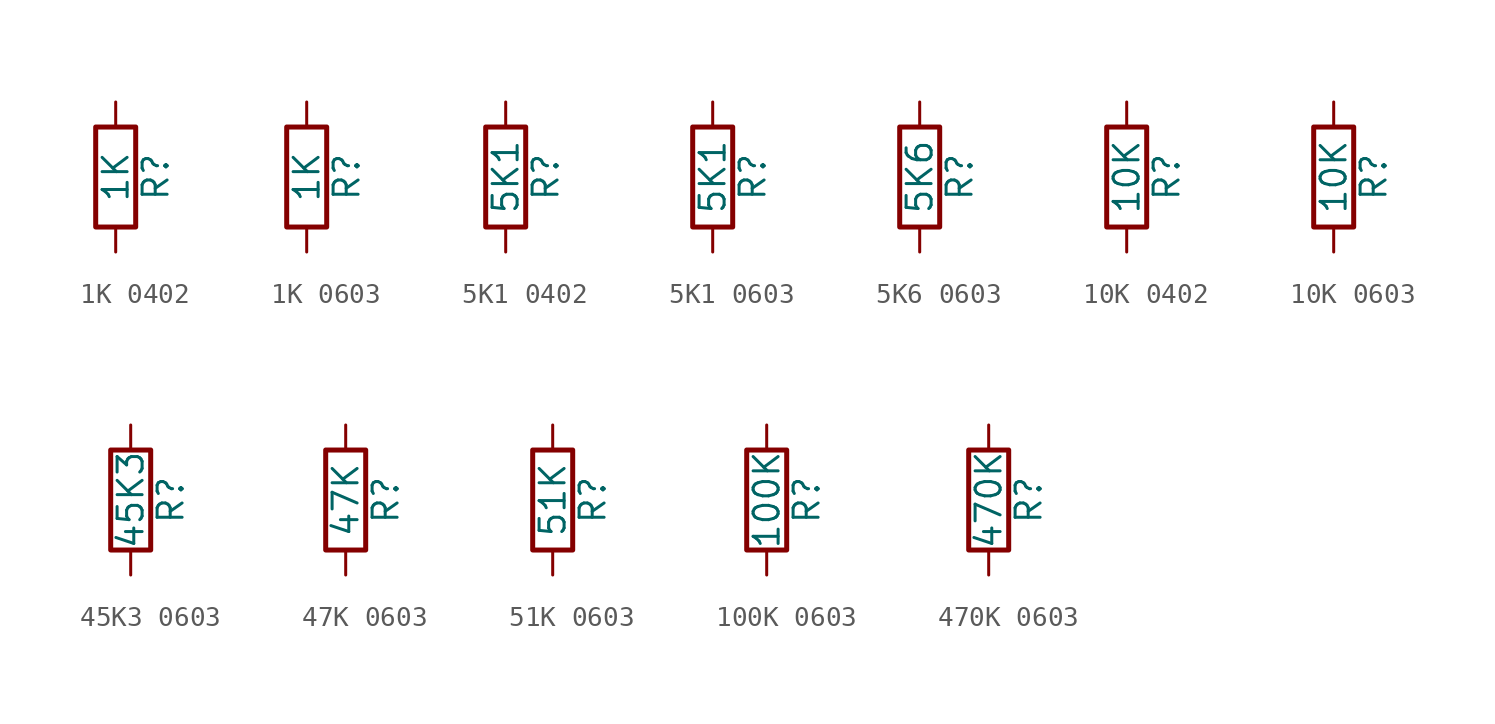
<source format=kicad_sym>
(kicad_symbol_lib
  (version 20231120)
  (generator "kicad_symbol_editor")
  (generator_version "8.0")
  (symbol "1K 0402"
    (pin_numbers hide)
    (pin_names
      (offset 0))
    (property "Reference" "R"
      (at 2.032 0 90)
      (effects (font (size 1.27 1.27))))
    (property "Value" "1K"
      (at 0 0 90)
      (effects (font (size 1.27 1.27))))
    (symbol "1K 0402_0_1"
      (rectangle (start -1.016 -2.54) (end 1.016 2.54) (stroke (width 0.254) (type default)) (fill (type none))))
    (symbol "1K 0402_1_1"
      (pin passive line (at 0 3.81 270) (length 1.27) (name "~" (effects (font (size 1.27 1.27)))) (number "1" (effects (font (size 1.27 1.27)))))
      (pin passive line (at 0 -3.81 90) (length 1.27) (name "~" (effects (font (size 1.27 1.27)))) (number "2" (effects (font (size 1.27 1.27)))))))
  (symbol "1K 0603"
    (pin_numbers hide)
    (pin_names
      (offset 0))
    (property "Reference" "R"
      (at 2.032 0 90)
      (effects (font (size 1.27 1.27))))
    (property "Value" "1K"
      (at 0 0 90)
      (effects (font (size 1.27 1.27))))
    (symbol "1K 0603_0_1"
      (rectangle (start -1.016 -2.54) (end 1.016 2.54) (stroke (width 0.254) (type default)) (fill (type none))))
    (symbol "1K 0603_1_1"
      (pin passive line (at 0 3.81 270) (length 1.27) (name "~" (effects (font (size 1.27 1.27)))) (number "1" (effects (font (size 1.27 1.27)))))
      (pin passive line (at 0 -3.81 90) (length 1.27) (name "~" (effects (font (size 1.27 1.27)))) (number "2" (effects (font (size 1.27 1.27)))))))
  (symbol "5K1 0402"
    (pin_numbers hide)
    (pin_names
      (offset 0))
    (property "Reference" "R"
      (at 2.032 0 90)
      (effects (font (size 1.27 1.27))))
    (property "Value" "5K1"
      (at 0 0 90)
      (effects (font (size 1.27 1.27))))
    (symbol "5K1 0402_0_1"
      (rectangle (start -1.016 -2.54) (end 1.016 2.54) (stroke (width 0.254) (type default)) (fill (type none))))
    (symbol "5K1 0402_1_1"
      (pin passive line (at 0 3.81 270) (length 1.27) (name "~" (effects (font (size 1.27 1.27)))) (number "1" (effects (font (size 1.27 1.27)))))
      (pin passive line (at 0 -3.81 90) (length 1.27) (name "~" (effects (font (size 1.27 1.27)))) (number "2" (effects (font (size 1.27 1.27)))))))
  (symbol "5K1 0603"
    (pin_numbers hide)
    (pin_names
      (offset 0))
    (property "Reference" "R"
      (at 2.032 0 90)
      (effects (font (size 1.27 1.27))))
    (property "Value" "5K1"
      (at 0 0 90)
      (effects (font (size 1.27 1.27))))
    (symbol "5K1 0603_0_1"
      (rectangle (start -1.016 -2.54) (end 1.016 2.54) (stroke (width 0.254) (type default)) (fill (type none))))
    (symbol "5K1 0603_1_1"
      (pin passive line (at 0 3.81 270) (length 1.27) (name "~" (effects (font (size 1.27 1.27)))) (number "1" (effects (font (size 1.27 1.27)))))
      (pin passive line (at 0 -3.81 90) (length 1.27) (name "~" (effects (font (size 1.27 1.27)))) (number "2" (effects (font (size 1.27 1.27)))))))
  (symbol "5K6 0603"
    (pin_numbers hide)
    (pin_names
      (offset 0))
    (property "Reference" "R"
      (at 2.032 0 90)
      (effects (font (size 1.27 1.27))))
    (property "Value" "5K6"
      (at 0 0 90)
      (effects (font (size 1.27 1.27))))
    (symbol "5K6 0603_0_1"
      (rectangle (start -1.016 -2.54) (end 1.016 2.54) (stroke (width 0.254) (type default)) (fill (type none))))
    (symbol "5K6 0603_1_1"
      (pin passive line (at 0 3.81 270) (length 1.27) (name "~" (effects (font (size 1.27 1.27)))) (number "1" (effects (font (size 1.27 1.27)))))
      (pin passive line (at 0 -3.81 90) (length 1.27) (name "~" (effects (font (size 1.27 1.27)))) (number "2" (effects (font (size 1.27 1.27)))))))
  (symbol "10K 0402"
    (pin_numbers hide)
    (pin_names
      (offset 0))
    (property "Reference" "R"
      (at 2.032 0 90)
      (effects (font (size 1.27 1.27))))
    (property "Value" "10K"
      (at 0 0 90)
      (effects (font (size 1.27 1.27))))
    (symbol "10K 0402_0_1"
      (rectangle (start -1.016 -2.54) (end 1.016 2.54) (stroke (width 0.254) (type default)) (fill (type none))))
    (symbol "10K 0402_1_1"
      (pin passive line (at 0 3.81 270) (length 1.27) (name "~" (effects (font (size 1.27 1.27)))) (number "1" (effects (font (size 1.27 1.27)))))
      (pin passive line (at 0 -3.81 90) (length 1.27) (name "~" (effects (font (size 1.27 1.27)))) (number "2" (effects (font (size 1.27 1.27)))))))
  (symbol "10K 0603"
    (pin_numbers hide)
    (pin_names
      (offset 0))
    (property "Reference" "R"
      (at 2.032 0 90)
      (effects (font (size 1.27 1.27))))
    (property "Value" "10K"
      (at 0 0 90)
      (effects (font (size 1.27 1.27))))
    (symbol "10K 0603_0_1"
      (rectangle (start -1.016 -2.54) (end 1.016 2.54) (stroke (width 0.254) (type default)) (fill (type none))))
    (symbol "10K 0603_1_1"
      (pin passive line (at 0 3.81 270) (length 1.27) (name "~" (effects (font (size 1.27 1.27)))) (number "1" (effects (font (size 1.27 1.27)))))
      (pin passive line (at 0 -3.81 90) (length 1.27) (name "~" (effects (font (size 1.27 1.27)))) (number "2" (effects (font (size 1.27 1.27)))))))
  (symbol "45K3 0603"
    (pin_numbers hide)
    (pin_names
      (offset 0))
    (property "Reference" "R"
      (at 2.032 0 90)
      (effects (font (size 1.27 1.27))))
    (property "Value" "45K3"
      (at 0 0 90)
      (effects (font (size 1.27 1.27))))
    (symbol "45K3 0603_0_1"
      (rectangle (start -1.016 -2.54) (end 1.016 2.54) (stroke (width 0.254) (type default)) (fill (type none))))
    (symbol "45K3 0603_1_1"
      (pin passive line (at 0 3.81 270) (length 1.27) (name "~" (effects (font (size 1.27 1.27)))) (number "1" (effects (font (size 1.27 1.27)))))
      (pin passive line (at 0 -3.81 90) (length 1.27) (name "~" (effects (font (size 1.27 1.27)))) (number "2" (effects (font (size 1.27 1.27)))))))
  (symbol "47K 0603"
    (pin_numbers hide)
    (pin_names
      (offset 0))
    (property "Reference" "R"
      (at 2.032 0 90)
      (effects (font (size 1.27 1.27))))
    (property "Value" "47K"
      (at 0 0 90)
      (effects (font (size 1.27 1.27))))
    (symbol "47K 0603_0_1"
      (rectangle (start -1.016 -2.54) (end 1.016 2.54) (stroke (width 0.254) (type default)) (fill (type none))))
    (symbol "47K 0603_1_1"
      (pin passive line (at 0 3.81 270) (length 1.27) (name "~" (effects (font (size 1.27 1.27)))) (number "1" (effects (font (size 1.27 1.27)))))
      (pin passive line (at 0 -3.81 90) (length 1.27) (name "~" (effects (font (size 1.27 1.27)))) (number "2" (effects (font (size 1.27 1.27)))))))
  (symbol "51K 0603"
    (pin_numbers hide)
    (pin_names
      (offset 0))
    (property "Reference" "R"
      (at 2.032 0 90)
      (effects (font (size 1.27 1.27))))
    (property "Value" "51K"
      (at 0 0 90)
      (effects (font (size 1.27 1.27))))
    (symbol "51K 0603_0_1"
      (rectangle (start -1.016 -2.54) (end 1.016 2.54) (stroke (width 0.254) (type default)) (fill (type none))))
    (symbol "51K 0603_1_1"
      (pin passive line (at 0 3.81 270) (length 1.27) (name "~" (effects (font (size 1.27 1.27)))) (number "1" (effects (font (size 1.27 1.27)))))
      (pin passive line (at 0 -3.81 90) (length 1.27) (name "~" (effects (font (size 1.27 1.27)))) (number "2" (effects (font (size 1.27 1.27)))))))
  (symbol "100K 0603"
    (pin_numbers hide)
    (pin_names
      (offset 0))
    (property "Reference" "R"
      (at 2.032 0 90)
      (effects (font (size 1.27 1.27))))
    (property "Value" "100K"
      (at 0 0 90)
      (effects (font (size 1.27 1.27))))
    (symbol "100K 0603_0_1"
      (rectangle (start -1.016 -2.54) (end 1.016 2.54) (stroke (width 0.254) (type default)) (fill (type none))))
    (symbol "100K 0603_1_1"
      (pin passive line (at 0 3.81 270) (length 1.27) (name "~" (effects (font (size 1.27 1.27)))) (number "1" (effects (font (size 1.27 1.27)))))
      (pin passive line (at 0 -3.81 90) (length 1.27) (name "~" (effects (font (size 1.27 1.27)))) (number "2" (effects (font (size 1.27 1.27)))))))
  (symbol "470K 0603"
    (pin_numbers hide)
    (pin_names
      (offset 0))
    (property "Reference" "R"
      (at 2.032 0 90)
      (effects (font (size 1.27 1.27))))
    (property "Value" "470K"
      (at 0 0 90)
      (effects (font (size 1.27 1.27))))
    (symbol "470K 0603_0_1"
      (rectangle (start -1.016 -2.54) (end 1.016 2.54) (stroke (width 0.254) (type default)) (fill (type none))))
    (symbol "470K 0603_1_1"
      (pin passive line (at 0 3.81 270) (length 1.27) (name "~" (effects (font (size 1.27 1.27)))) (number "1" (effects (font (size 1.27 1.27)))))
      (pin passive line (at 0 -3.81 90) (length 1.27) (name "~" (effects (font (size 1.27 1.27)))) (number "2" (effects (font (size 1.27 1.27))))))))
</source>
